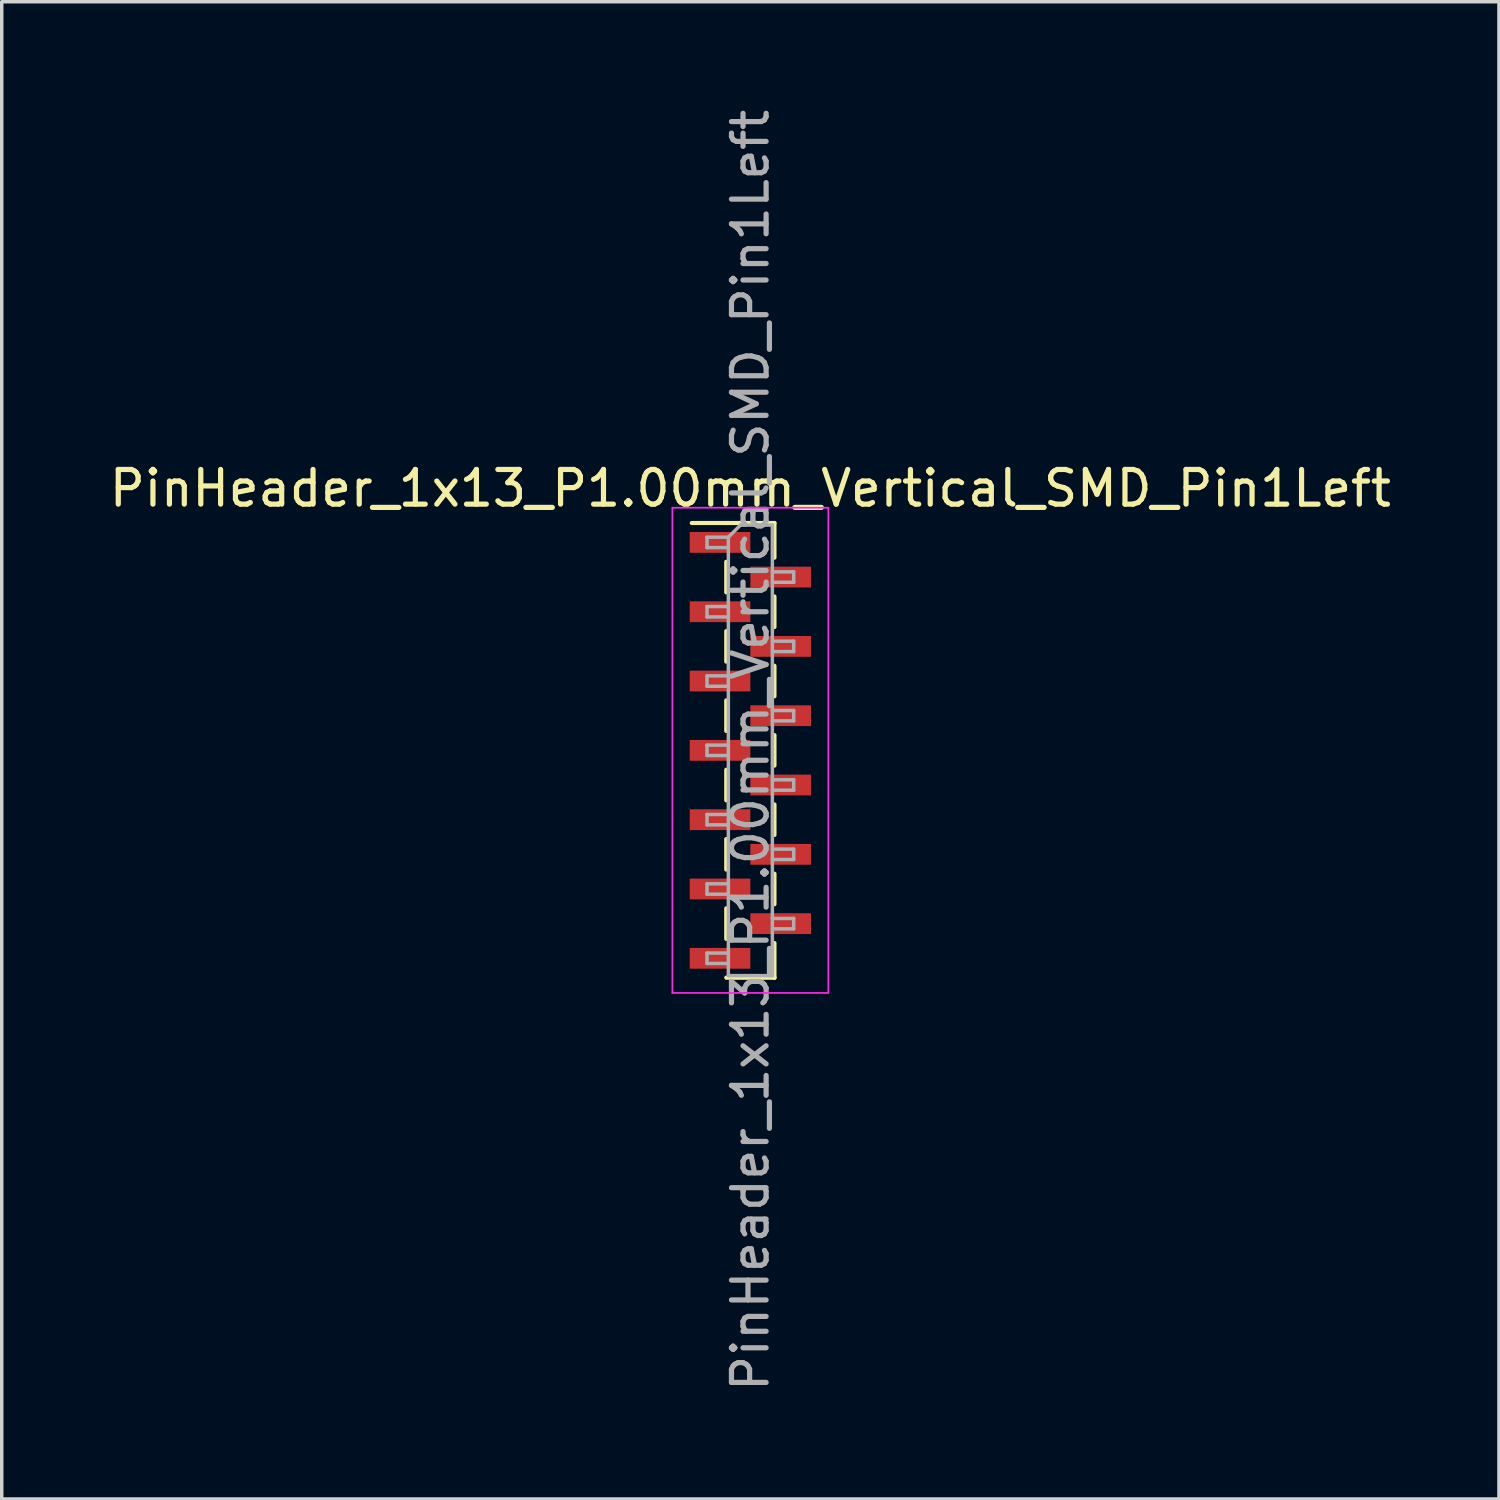
<source format=kicad_pcb>
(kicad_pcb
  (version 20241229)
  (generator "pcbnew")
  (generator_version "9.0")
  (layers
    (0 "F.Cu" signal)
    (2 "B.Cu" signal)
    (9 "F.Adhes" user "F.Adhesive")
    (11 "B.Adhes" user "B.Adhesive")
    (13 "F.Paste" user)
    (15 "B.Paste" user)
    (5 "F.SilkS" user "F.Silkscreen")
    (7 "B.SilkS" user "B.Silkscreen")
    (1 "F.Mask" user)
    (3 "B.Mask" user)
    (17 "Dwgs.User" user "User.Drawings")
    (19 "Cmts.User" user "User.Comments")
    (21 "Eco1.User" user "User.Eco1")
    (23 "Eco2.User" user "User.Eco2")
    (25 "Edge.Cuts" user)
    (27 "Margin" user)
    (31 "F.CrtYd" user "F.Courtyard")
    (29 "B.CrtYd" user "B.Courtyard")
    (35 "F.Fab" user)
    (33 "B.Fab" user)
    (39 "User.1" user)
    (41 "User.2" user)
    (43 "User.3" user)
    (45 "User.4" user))
  (footprint "PinHeader_1x13_P1.00mm_Vertical_SMD_Pin1Left"
    (layer "F.Cu")
    (at 18.601 18.601)
    (property "Reference" "PinHeader_1x13_P1.00mm_Vertical_SMD_Pin1Left" (at 0 -7.56 0) (layer "F.SilkS") (effects (font (size 1 1) (thickness 0.15))))
    (attr smd)
    (fp_line (start -0.695 -6.56) (end -1.69 -6.56) (stroke (width 0.12) (type solid)) (layer "F.SilkS"))
    (fp_line (start -0.695 -6.56) (end -0.695 -6.56) (stroke (width 0.12) (type solid)) (layer "F.SilkS"))
    (fp_line (start -0.695 -6.56) (end 0.695 -6.56) (stroke (width 0.12) (type solid)) (layer "F.SilkS"))
    (fp_line (start -0.695 -5.44) (end -0.695 -4.56) (stroke (width 0.12) (type solid)) (layer "F.SilkS"))
    (fp_line (start -0.695 -3.44) (end -0.695 -2.56) (stroke (width 0.12) (type solid)) (layer "F.SilkS"))
    (fp_line (start -0.695 -1.44) (end -0.695 -0.56) (stroke (width 0.12) (type solid)) (layer "F.SilkS"))
    (fp_line (start -0.695 0.56) (end -0.695 1.44) (stroke (width 0.12) (type solid)) (layer "F.SilkS"))
    (fp_line (start -0.695 2.56) (end -0.695 3.44) (stroke (width 0.12) (type solid)) (layer "F.SilkS"))
    (fp_line (start -0.695 4.56) (end -0.695 5.44) (stroke (width 0.12) (type solid)) (layer "F.SilkS"))
    (fp_line (start -0.695 6.56) (end 0.695 6.56) (stroke (width 0.12) (type solid)) (layer "F.SilkS"))
    (fp_line (start 0.695 -6.56) (end 0.695 -5.56) (stroke (width 0.12) (type solid)) (layer "F.SilkS"))
    (fp_line (start 0.695 -4.44) (end 0.695 -3.56) (stroke (width 0.12) (type solid)) (layer "F.SilkS"))
    (fp_line (start 0.695 -2.44) (end 0.695 -1.56) (stroke (width 0.12) (type solid)) (layer "F.SilkS"))
    (fp_line (start 0.695 -0.44) (end 0.695 0.44) (stroke (width 0.12) (type solid)) (layer "F.SilkS"))
    (fp_line (start 0.695 1.56) (end 0.695 2.44) (stroke (width 0.12) (type solid)) (layer "F.SilkS"))
    (fp_line (start 0.695 3.56) (end 0.695 4.44) (stroke (width 0.12) (type solid)) (layer "F.SilkS"))
    (fp_line (start 0.695 5.56) (end 0.695 6.56) (stroke (width 0.12) (type solid)) (layer "F.SilkS"))
    (fp_line (start 0.695 6.56) (end 0.695 6.56) (stroke (width 0.12) (type solid)) (layer "F.SilkS"))
    (fp_line (start -2.25 -7) (end -2.25 7) (stroke (width 0.05) (type solid)) (layer "F.CrtYd"))
    (fp_line (start -2.25 7) (end 2.25 7) (stroke (width 0.05) (type solid)) (layer "F.CrtYd"))
    (fp_line (start 2.25 -7) (end -2.25 -7) (stroke (width 0.05) (type solid)) (layer "F.CrtYd"))
    (fp_line (start 2.25 7) (end 2.25 -7) (stroke (width 0.05) (type solid)) (layer "F.CrtYd"))
    (fp_line (start -1.25 -6.15) (end -1.25 -5.85) (stroke (width 0.1) (type solid)) (layer "F.Fab"))
    (fp_line (start -1.25 -5.85) (end -0.635 -5.85) (stroke (width 0.1) (type solid)) (layer "F.Fab"))
    (fp_line (start -1.25 -4.15) (end -1.25 -3.85) (stroke (width 0.1) (type solid)) (layer "F.Fab"))
    (fp_line (start -1.25 -3.85) (end -0.635 -3.85) (stroke (width 0.1) (type solid)) (layer "F.Fab"))
    (fp_line (start -1.25 -2.15) (end -1.25 -1.85) (stroke (width 0.1) (type solid)) (layer "F.Fab"))
    (fp_line (start -1.25 -1.85) (end -0.635 -1.85) (stroke (width 0.1) (type solid)) (layer "F.Fab"))
    (fp_line (start -1.25 -0.15) (end -1.25 0.15) (stroke (width 0.1) (type solid)) (layer "F.Fab"))
    (fp_line (start -1.25 0.15) (end -0.635 0.15) (stroke (width 0.1) (type solid)) (layer "F.Fab"))
    (fp_line (start -1.25 1.85) (end -1.25 2.15) (stroke (width 0.1) (type solid)) (layer "F.Fab"))
    (fp_line (start -1.25 2.15) (end -0.635 2.15) (stroke (width 0.1) (type solid)) (layer "F.Fab"))
    (fp_line (start -1.25 3.85) (end -1.25 4.15) (stroke (width 0.1) (type solid)) (layer "F.Fab"))
    (fp_line (start -1.25 4.15) (end -0.635 4.15) (stroke (width 0.1) (type solid)) (layer "F.Fab"))
    (fp_line (start -1.25 5.85) (end -1.25 6.15) (stroke (width 0.1) (type solid)) (layer "F.Fab"))
    (fp_line (start -1.25 6.15) (end -0.635 6.15) (stroke (width 0.1) (type solid)) (layer "F.Fab"))
    (fp_line (start -0.635 -6.15) (end -1.25 -6.15) (stroke (width 0.1) (type solid)) (layer "F.Fab"))
    (fp_line (start -0.635 -6.15) (end -0.285 -6.5) (stroke (width 0.1) (type solid)) (layer "F.Fab"))
    (fp_line (start -0.635 -4.15) (end -1.25 -4.15) (stroke (width 0.1) (type solid)) (layer "F.Fab"))
    (fp_line (start -0.635 -2.15) (end -1.25 -2.15) (stroke (width 0.1) (type solid)) (layer "F.Fab"))
    (fp_line (start -0.635 -0.15) (end -1.25 -0.15) (stroke (width 0.1) (type solid)) (layer "F.Fab"))
    (fp_line (start -0.635 1.85) (end -1.25 1.85) (stroke (width 0.1) (type solid)) (layer "F.Fab"))
    (fp_line (start -0.635 3.85) (end -1.25 3.85) (stroke (width 0.1) (type solid)) (layer "F.Fab"))
    (fp_line (start -0.635 5.85) (end -1.25 5.85) (stroke (width 0.1) (type solid)) (layer "F.Fab"))
    (fp_line (start -0.635 6.5) (end -0.635 -6.15) (stroke (width 0.1) (type solid)) (layer "F.Fab"))
    (fp_line (start -0.285 -6.5) (end 0.635 -6.5) (stroke (width 0.1) (type solid)) (layer "F.Fab"))
    (fp_line (start 0.635 -6.5) (end 0.635 6.5) (stroke (width 0.1) (type solid)) (layer "F.Fab"))
    (fp_line (start 0.635 -5.15) (end 1.25 -5.15) (stroke (width 0.1) (type solid)) (layer "F.Fab"))
    (fp_line (start 0.635 -3.15) (end 1.25 -3.15) (stroke (width 0.1) (type solid)) (layer "F.Fab"))
    (fp_line (start 0.635 -1.15) (end 1.25 -1.15) (stroke (width 0.1) (type solid)) (layer "F.Fab"))
    (fp_line (start 0.635 0.85) (end 1.25 0.85) (stroke (width 0.1) (type solid)) (layer "F.Fab"))
    (fp_line (start 0.635 2.85) (end 1.25 2.85) (stroke (width 0.1) (type solid)) (layer "F.Fab"))
    (fp_line (start 0.635 4.85) (end 1.25 4.85) (stroke (width 0.1) (type solid)) (layer "F.Fab"))
    (fp_line (start 0.635 6.5) (end -0.635 6.5) (stroke (width 0.1) (type solid)) (layer "F.Fab"))
    (fp_line (start 1.25 -5.15) (end 1.25 -4.85) (stroke (width 0.1) (type solid)) (layer "F.Fab"))
    (fp_line (start 1.25 -4.85) (end 0.635 -4.85) (stroke (width 0.1) (type solid)) (layer "F.Fab"))
    (fp_line (start 1.25 -3.15) (end 1.25 -2.85) (stroke (width 0.1) (type solid)) (layer "F.Fab"))
    (fp_line (start 1.25 -2.85) (end 0.635 -2.85) (stroke (width 0.1) (type solid)) (layer "F.Fab"))
    (fp_line (start 1.25 -1.15) (end 1.25 -0.85) (stroke (width 0.1) (type solid)) (layer "F.Fab"))
    (fp_line (start 1.25 -0.85) (end 0.635 -0.85) (stroke (width 0.1) (type solid)) (layer "F.Fab"))
    (fp_line (start 1.25 0.85) (end 1.25 1.15) (stroke (width 0.1) (type solid)) (layer "F.Fab"))
    (fp_line (start 1.25 1.15) (end 0.635 1.15) (stroke (width 0.1) (type solid)) (layer "F.Fab"))
    (fp_line (start 1.25 2.85) (end 1.25 3.15) (stroke (width 0.1) (type solid)) (layer "F.Fab"))
    (fp_line (start 1.25 3.15) (end 0.635 3.15) (stroke (width 0.1) (type solid)) (layer "F.Fab"))
    (fp_line (start 1.25 4.85) (end 1.25 5.15) (stroke (width 0.1) (type solid)) (layer "F.Fab"))
    (fp_line (start 1.25 5.15) (end 0.635 5.15) (stroke (width 0.1) (type solid)) (layer "F.Fab"))
    (fp_text user "${REFERENCE}" (at 0 0 90) (layer "F.Fab") (effects (font (size 1 1) (thickness 0.15))))
    (pad "1" smd rect (at -0.875 -6) (size 1.75 0.6) (layers "F.Cu" "F.Mask" "F.Paste"))
    (pad "2" smd rect (at 0.875 -5) (size 1.75 0.6) (layers "F.Cu" "F.Mask" "F.Paste"))
    (pad "3" smd rect (at -0.875 -4) (size 1.75 0.6) (layers "F.Cu" "F.Mask" "F.Paste"))
    (pad "4" smd rect (at 0.875 -3) (size 1.75 0.6) (layers "F.Cu" "F.Mask" "F.Paste"))
    (pad "5" smd rect (at -0.875 -2) (size 1.75 0.6) (layers "F.Cu" "F.Mask" "F.Paste"))
    (pad "6" smd rect (at 0.875 -1) (size 1.75 0.6) (layers "F.Cu" "F.Mask" "F.Paste"))
    (pad "7" smd rect (at -0.875 0) (size 1.75 0.6) (layers "F.Cu" "F.Mask" "F.Paste"))
    (pad "8" smd rect (at 0.875 1) (size 1.75 0.6) (layers "F.Cu" "F.Mask" "F.Paste"))
    (pad "9" smd rect (at -0.875 2) (size 1.75 0.6) (layers "F.Cu" "F.Mask" "F.Paste"))
    (pad "10" smd rect (at 0.875 3) (size 1.75 0.6) (layers "F.Cu" "F.Mask" "F.Paste"))
    (pad "11" smd rect (at -0.875 4) (size 1.75 0.6) (layers "F.Cu" "F.Mask" "F.Paste"))
    (pad "12" smd rect (at 0.875 5) (size 1.75 0.6) (layers "F.Cu" "F.Mask" "F.Paste"))
    (pad "13" smd rect (at -0.875 6) (size 1.75 0.6) (layers "F.Cu" "F.Mask" "F.Paste")))
  (gr_rect
    (start -3 -3)
    (end 40.202 40.202)
    (stroke (width 0.1) (type default))
    (fill no)
    (layer "Edge.Cuts")))
</source>
